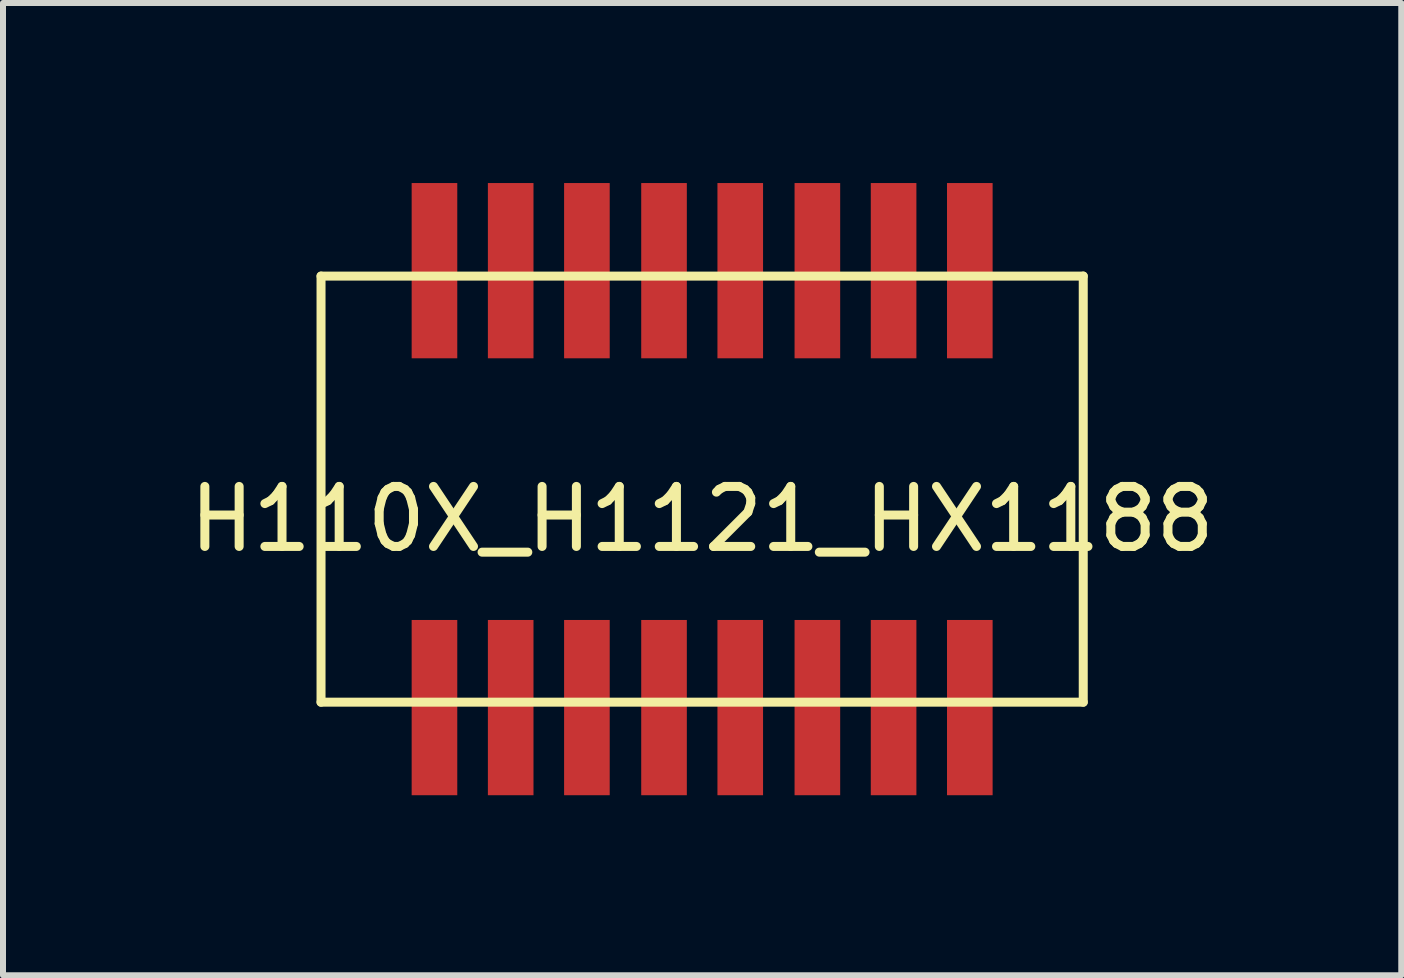
<source format=kicad_pcb>
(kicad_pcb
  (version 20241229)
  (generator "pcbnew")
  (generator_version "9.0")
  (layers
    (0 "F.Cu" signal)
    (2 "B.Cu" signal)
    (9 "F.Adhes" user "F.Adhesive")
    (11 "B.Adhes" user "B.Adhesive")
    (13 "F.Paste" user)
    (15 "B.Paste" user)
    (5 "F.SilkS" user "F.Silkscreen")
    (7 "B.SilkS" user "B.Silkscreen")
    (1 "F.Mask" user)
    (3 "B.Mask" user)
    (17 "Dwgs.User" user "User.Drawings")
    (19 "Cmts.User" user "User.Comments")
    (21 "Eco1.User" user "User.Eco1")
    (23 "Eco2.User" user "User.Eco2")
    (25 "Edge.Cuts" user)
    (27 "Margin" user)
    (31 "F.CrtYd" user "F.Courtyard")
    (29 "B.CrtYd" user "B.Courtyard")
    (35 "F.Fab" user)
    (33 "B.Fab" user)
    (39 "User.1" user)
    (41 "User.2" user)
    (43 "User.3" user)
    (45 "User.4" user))
  (footprint "H110X_H1121_HX1188"
    (layer "F.Cu")
    (at 8.649 5.1)
    (property "Reference" "H110X_H1121_HX1188" (at 0 0.5 0) (layer "F.SilkS") (effects (font (size 1 1) (thickness 0.15))))
    (attr through_hole)
    (fp_line (start -6.35 3.55) (end -6.35 -3.55) (stroke (width 0.15) (type solid)) (layer "F.SilkS"))
    (fp_line (start 6.35 -3.55) (end -6.35 -3.55) (stroke (width 0.15) (type solid)) (layer "F.SilkS"))
    (fp_line (start 6.35 -3.55) (end 6.35 3.55) (stroke (width 0.15) (type solid)) (layer "F.SilkS"))
    (fp_line (start 6.35 3.55) (end -6.35 3.55) (stroke (width 0.15) (type solid)) (layer "F.SilkS"))
    (pad "1" smd rect (at -4.46 3.64) (size 0.76 2.92) (layers "F.Cu" "F.Mask" "F.Paste"))
    (pad "2" smd rect (at -3.19 3.64) (size 0.76 2.92) (layers "F.Cu" "F.Mask" "F.Paste"))
    (pad "3" smd rect (at -1.92 3.64) (size 0.76 2.92) (layers "F.Cu" "F.Mask" "F.Paste"))
    (pad "4" smd rect (at -0.635 3.64) (size 0.76 2.92) (layers "F.Cu" "F.Mask" "F.Paste"))
    (pad "5" smd rect (at 0.635 3.64) (size 0.76 2.92) (layers "F.Cu" "F.Mask" "F.Paste"))
    (pad "6" smd rect (at 1.92 3.64) (size 0.76 2.92) (layers "F.Cu" "F.Mask" "F.Paste"))
    (pad "7" smd rect (at 3.19 3.64) (size 0.76 2.92) (layers "F.Cu" "F.Mask" "F.Paste"))
    (pad "8" smd rect (at 4.46 3.64) (size 0.76 2.92) (layers "F.Cu" "F.Mask" "F.Paste"))
    (pad "9" smd rect (at 4.46 -3.64) (size 0.76 2.92) (layers "F.Cu" "F.Mask" "F.Paste"))
    (pad "10" smd rect (at 3.19 -3.64) (size 0.76 2.92) (layers "F.Cu" "F.Mask" "F.Paste"))
    (pad "11" smd rect (at 1.92 -3.64) (size 0.76 2.92) (layers "F.Cu" "F.Mask" "F.Paste"))
    (pad "12" smd rect (at 0.635 -3.64) (size 0.76 2.92) (layers "F.Cu" "F.Mask" "F.Paste"))
    (pad "13" smd rect (at -0.635 -3.64) (size 0.76 2.92) (layers "F.Cu" "F.Mask" "F.Paste"))
    (pad "14" smd rect (at -1.92 -3.64) (size 0.76 2.92) (layers "F.Cu" "F.Mask" "F.Paste"))
    (pad "15" smd rect (at -3.19 -3.64) (size 0.76 2.92) (layers "F.Cu" "F.Mask" "F.Paste"))
    (pad "16" smd rect (at -4.46 -3.64) (size 0.76 2.92) (layers "F.Cu" "F.Mask" "F.Paste")))
  (gr_rect
    (start -3 -3)
    (end 20.298 13.2)
    (stroke (width 0.1) (type default))
    (fill no)
    (layer "Edge.Cuts")))
</source>
